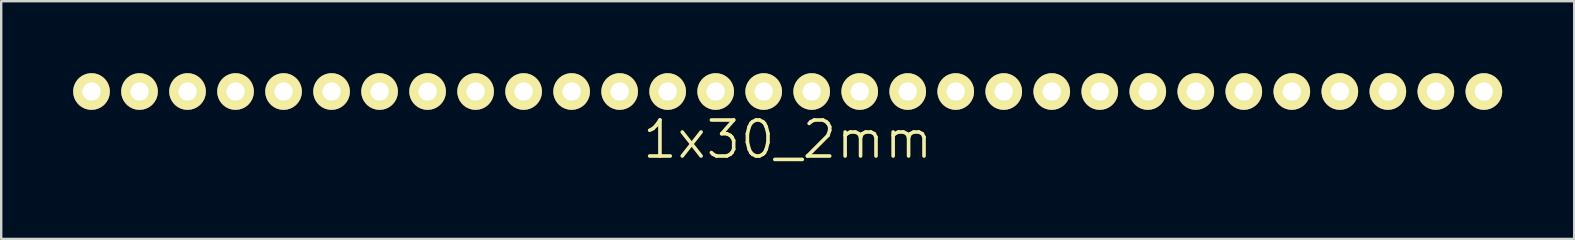
<source format=kicad_pcb>
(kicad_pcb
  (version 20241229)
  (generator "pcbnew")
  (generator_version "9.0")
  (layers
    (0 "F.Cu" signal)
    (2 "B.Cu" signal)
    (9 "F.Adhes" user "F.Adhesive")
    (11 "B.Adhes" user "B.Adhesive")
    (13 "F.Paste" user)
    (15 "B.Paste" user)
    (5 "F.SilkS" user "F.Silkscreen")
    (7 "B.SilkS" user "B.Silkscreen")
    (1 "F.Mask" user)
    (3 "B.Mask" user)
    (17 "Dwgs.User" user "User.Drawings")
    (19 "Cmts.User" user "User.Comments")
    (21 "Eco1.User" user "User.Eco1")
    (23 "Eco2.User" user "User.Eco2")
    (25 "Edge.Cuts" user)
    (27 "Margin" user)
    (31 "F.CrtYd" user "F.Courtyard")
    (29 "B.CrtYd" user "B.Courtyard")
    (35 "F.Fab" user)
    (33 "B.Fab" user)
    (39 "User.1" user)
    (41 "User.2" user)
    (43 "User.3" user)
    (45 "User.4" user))
  (footprint "1x30_2mm"
    (layer "F.Cu")
    (at 29.762 0.762)
    (property "Reference" "1x30_2mm" (at 0 2 0) (layer "F.SilkS") (effects (font (size 1.5 1.5) (thickness 0.15))))
    (attr through_hole)
    (pad "1" thru_hole circle (at -29 0) (size 1.524 1.524) (drill 0.762) (layers "*.Cu" "*.Mask" "F.SilkS"))
    (pad "2" thru_hole circle (at -27 0) (size 1.524 1.524) (drill 0.762) (layers "*.Cu" "*.Mask" "F.SilkS"))
    (pad "3" thru_hole circle (at -25 0) (size 1.524 1.524) (drill 0.762) (layers "*.Cu" "*.Mask" "F.SilkS"))
    (pad "4" thru_hole circle (at -23 0) (size 1.524 1.524) (drill 0.762) (layers "*.Cu" "*.Mask" "F.SilkS"))
    (pad "5" thru_hole circle (at -21 0) (size 1.524 1.524) (drill 0.762) (layers "*.Cu" "*.Mask" "F.SilkS"))
    (pad "6" thru_hole circle (at -19 0) (size 1.524 1.524) (drill 0.762) (layers "*.Cu" "*.Mask" "F.SilkS"))
    (pad "7" thru_hole circle (at -17 0) (size 1.524 1.524) (drill 0.762) (layers "*.Cu" "*.Mask" "F.SilkS"))
    (pad "8" thru_hole circle (at -15 0) (size 1.524 1.524) (drill 0.762) (layers "*.Cu" "*.Mask" "F.SilkS"))
    (pad "9" thru_hole circle (at -13 0) (size 1.524 1.524) (drill 0.762) (layers "*.Cu" "*.Mask" "F.SilkS"))
    (pad "10" thru_hole circle (at -11 0) (size 1.524 1.524) (drill 0.762) (layers "*.Cu" "*.Mask" "F.SilkS"))
    (pad "11" thru_hole circle (at -9 0) (size 1.524 1.524) (drill 0.762) (layers "*.Cu" "*.Mask" "F.SilkS"))
    (pad "12" thru_hole circle (at -7 0) (size 1.524 1.524) (drill 0.762) (layers "*.Cu" "*.Mask" "F.SilkS"))
    (pad "13" thru_hole circle (at -5 0) (size 1.524 1.524) (drill 0.762) (layers "*.Cu" "*.Mask" "F.SilkS"))
    (pad "14" thru_hole circle (at -3 0) (size 1.524 1.524) (drill 0.762) (layers "*.Cu" "*.Mask" "F.SilkS"))
    (pad "15" thru_hole circle (at -1 0) (size 1.524 1.524) (drill 0.762) (layers "*.Cu" "*.Mask" "F.SilkS"))
    (pad "16" thru_hole circle (at 1 0) (size 1.524 1.524) (drill 0.762) (layers "*.Cu" "*.Mask" "F.SilkS"))
    (pad "17" thru_hole circle (at 3 0) (size 1.524 1.524) (drill 0.762) (layers "*.Cu" "*.Mask" "F.SilkS"))
    (pad "18" thru_hole circle (at 5 0) (size 1.524 1.524) (drill 0.762) (layers "*.Cu" "*.Mask" "F.SilkS"))
    (pad "19" thru_hole circle (at 7 0) (size 1.524 1.524) (drill 0.762) (layers "*.Cu" "*.Mask" "F.SilkS"))
    (pad "20" thru_hole circle (at 9 0) (size 1.524 1.524) (drill 0.762) (layers "*.Cu" "*.Mask" "F.SilkS"))
    (pad "21" thru_hole circle (at 11 0) (size 1.524 1.524) (drill 0.762) (layers "*.Cu" "*.Mask" "F.SilkS"))
    (pad "22" thru_hole circle (at 13 0) (size 1.524 1.524) (drill 0.762) (layers "*.Cu" "*.Mask" "F.SilkS"))
    (pad "23" thru_hole circle (at 15 0) (size 1.524 1.524) (drill 0.762) (layers "*.Cu" "*.Mask" "F.SilkS"))
    (pad "24" thru_hole circle (at 17 0) (size 1.524 1.524) (drill 0.762) (layers "*.Cu" "*.Mask" "F.SilkS"))
    (pad "25" thru_hole circle (at 19 0) (size 1.524 1.524) (drill 0.762) (layers "*.Cu" "*.Mask" "F.SilkS"))
    (pad "26" thru_hole circle (at 21 0) (size 1.524 1.524) (drill 0.762) (layers "*.Cu" "*.Mask" "F.SilkS"))
    (pad "27" thru_hole circle (at 23 0) (size 1.524 1.524) (drill 0.762) (layers "*.Cu" "*.Mask" "F.SilkS"))
    (pad "28" thru_hole circle (at 25 0) (size 1.524 1.524) (drill 0.762) (layers "*.Cu" "*.Mask" "F.SilkS"))
    (pad "29" thru_hole circle (at 27 0) (size 1.524 1.524) (drill 0.762) (layers "*.Cu" "*.Mask" "F.SilkS"))
    (pad "30" thru_hole circle (at 29 0) (size 1.524 1.524) (drill 0.762) (layers "*.Cu" "*.Mask" "F.SilkS")))
  (gr_rect
    (start -3 -3)
    (end 62.524 6.903)
    (stroke (width 0.1) (type default))
    (fill no)
    (layer "Edge.Cuts")))
</source>
